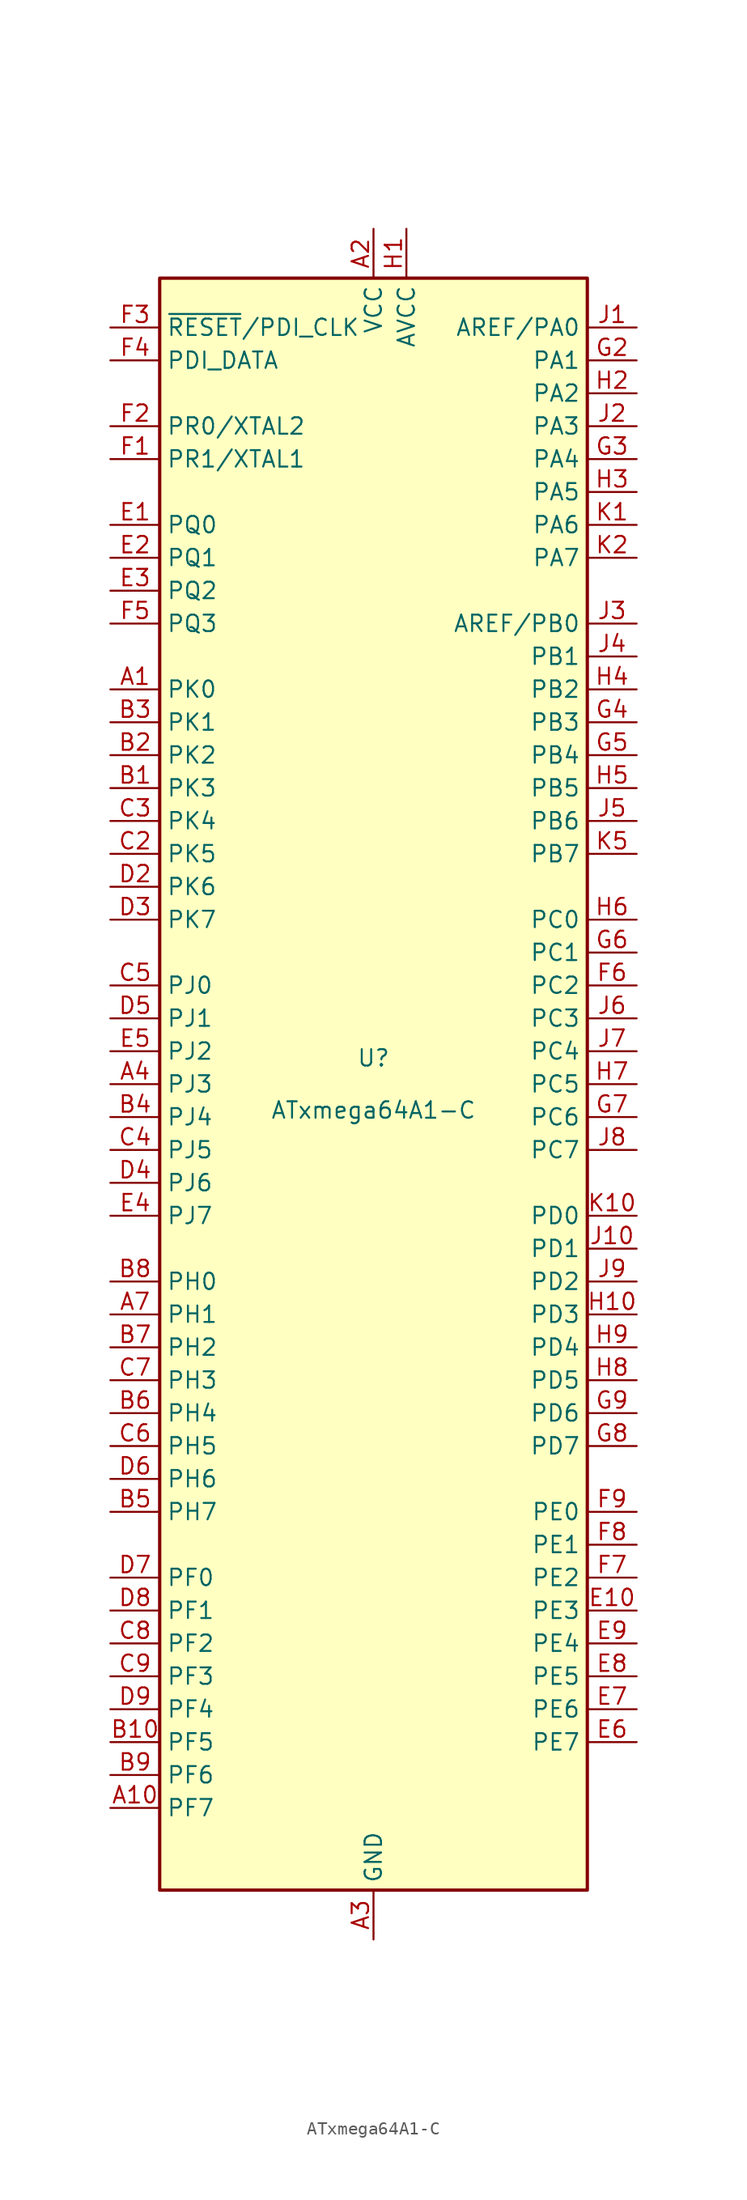
<source format=kicad_sym>
(kicad_symbol_lib
  (version 20211014)
  (generator kicad_symbol_editor)
  (symbol "ATxmega64A1-C"
    (property "Reference" "U"
      (at 0 1.27 0)
      (effects (font (size 1.27 1.27)) (justify bottom)))
    (property "Value" "ATxmega64A1-C"
      (at 0 -1.27 0)
      (effects (font (size 1.27 1.27)) (justify top)))
    (symbol "ATxmega64A1-C_0_1"
      (rectangle (start -16.51 -62.23) (end 16.51 62.23) (stroke (width 0.254) (type default) (color 0 0 0 0)) (fill (type background))))
    (symbol "ATxmega64A1-C_1_1"
      (pin bidirectional line (at -20.32 30.48 0) (length 3.81) (name "PK0" (effects (font (size 1.27 1.27)))) (number "A1" (effects (font (size 1.27 1.27)))))
      (pin bidirectional line (at -20.32 -55.88 0) (length 3.81) (name "PF7" (effects (font (size 1.27 1.27)))) (number "A10" (effects (font (size 1.27 1.27)))))
      (pin power_in line (at 0 66.04 270) (length 3.81) (name "VCC" (effects (font (size 1.27 1.27)))) (number "A2" (effects (font (size 1.27 1.27)))))
      (pin power_in line (at 0 -66.04 90) (length 3.81) (name "GND" (effects (font (size 1.27 1.27)))) (number "A3" (effects (font (size 1.27 1.27)))))
      (pin bidirectional line (at -20.32 0 0) (length 3.81) (name "PJ3" (effects (font (size 1.27 1.27)))) (number "A4" (effects (font (size 1.27 1.27)))))
      (pin passive line (at 0 66.04 270) (length 3.81) hide (name "VCC" (effects (font (size 1.27 1.27)))) (number "A5" (effects (font (size 1.27 1.27)))))
      (pin passive line (at 0 -66.04 90) (length 3.81) hide (name "GND" (effects (font (size 1.27 1.27)))) (number "A6" (effects (font (size 1.27 1.27)))))
      (pin bidirectional line (at -20.32 -17.78 0) (length 3.81) (name "PH1" (effects (font (size 1.27 1.27)))) (number "A7" (effects (font (size 1.27 1.27)))))
      (pin passive line (at 0 -66.04 90) (length 3.81) hide (name "GND" (effects (font (size 1.27 1.27)))) (number "A8" (effects (font (size 1.27 1.27)))))
      (pin passive line (at 0 66.04 270) (length 3.81) hide (name "VCC" (effects (font (size 1.27 1.27)))) (number "A9" (effects (font (size 1.27 1.27)))))
      (pin bidirectional line (at -20.32 22.86 0) (length 3.81) (name "PK3" (effects (font (size 1.27 1.27)))) (number "B1" (effects (font (size 1.27 1.27)))))
      (pin bidirectional line (at -20.32 -50.8 0) (length 3.81) (name "PF5" (effects (font (size 1.27 1.27)))) (number "B10" (effects (font (size 1.27 1.27)))))
      (pin bidirectional line (at -20.32 25.4 0) (length 3.81) (name "PK2" (effects (font (size 1.27 1.27)))) (number "B2" (effects (font (size 1.27 1.27)))))
      (pin bidirectional line (at -20.32 27.94 0) (length 3.81) (name "PK1" (effects (font (size 1.27 1.27)))) (number "B3" (effects (font (size 1.27 1.27)))))
      (pin bidirectional line (at -20.32 -2.54 0) (length 3.81) (name "PJ4" (effects (font (size 1.27 1.27)))) (number "B4" (effects (font (size 1.27 1.27)))))
      (pin bidirectional line (at -20.32 -33.02 0) (length 3.81) (name "PH7" (effects (font (size 1.27 1.27)))) (number "B5" (effects (font (size 1.27 1.27)))))
      (pin bidirectional line (at -20.32 -25.4 0) (length 3.81) (name "PH4" (effects (font (size 1.27 1.27)))) (number "B6" (effects (font (size 1.27 1.27)))))
      (pin bidirectional line (at -20.32 -20.32 0) (length 3.81) (name "PH2" (effects (font (size 1.27 1.27)))) (number "B7" (effects (font (size 1.27 1.27)))))
      (pin bidirectional line (at -20.32 -15.24 0) (length 3.81) (name "PH0" (effects (font (size 1.27 1.27)))) (number "B8" (effects (font (size 1.27 1.27)))))
      (pin bidirectional line (at -20.32 -53.34 0) (length 3.81) (name "PF6" (effects (font (size 1.27 1.27)))) (number "B9" (effects (font (size 1.27 1.27)))))
      (pin passive line (at 0 66.04 270) (length 3.81) hide (name "VCC" (effects (font (size 1.27 1.27)))) (number "C1" (effects (font (size 1.27 1.27)))))
      (pin passive line (at 0 66.04 270) (length 3.81) hide (name "VCC" (effects (font (size 1.27 1.27)))) (number "C10" (effects (font (size 1.27 1.27)))))
      (pin bidirectional line (at -20.32 17.78 0) (length 3.81) (name "PK5" (effects (font (size 1.27 1.27)))) (number "C2" (effects (font (size 1.27 1.27)))))
      (pin bidirectional line (at -20.32 20.32 0) (length 3.81) (name "PK4" (effects (font (size 1.27 1.27)))) (number "C3" (effects (font (size 1.27 1.27)))))
      (pin bidirectional line (at -20.32 -5.08 0) (length 3.81) (name "PJ5" (effects (font (size 1.27 1.27)))) (number "C4" (effects (font (size 1.27 1.27)))))
      (pin bidirectional line (at -20.32 7.62 0) (length 3.81) (name "PJ0" (effects (font (size 1.27 1.27)))) (number "C5" (effects (font (size 1.27 1.27)))))
      (pin bidirectional line (at -20.32 -27.94 0) (length 3.81) (name "PH5" (effects (font (size 1.27 1.27)))) (number "C6" (effects (font (size 1.27 1.27)))))
      (pin bidirectional line (at -20.32 -22.86 0) (length 3.81) (name "PH3" (effects (font (size 1.27 1.27)))) (number "C7" (effects (font (size 1.27 1.27)))))
      (pin bidirectional line (at -20.32 -43.18 0) (length 3.81) (name "PF2" (effects (font (size 1.27 1.27)))) (number "C8" (effects (font (size 1.27 1.27)))))
      (pin bidirectional line (at -20.32 -45.72 0) (length 3.81) (name "PF3" (effects (font (size 1.27 1.27)))) (number "C9" (effects (font (size 1.27 1.27)))))
      (pin passive line (at 0 -66.04 90) (length 3.81) hide (name "GND" (effects (font (size 1.27 1.27)))) (number "D1" (effects (font (size 1.27 1.27)))))
      (pin passive line (at 0 -66.04 90) (length 3.81) hide (name "GND" (effects (font (size 1.27 1.27)))) (number "D10" (effects (font (size 1.27 1.27)))))
      (pin bidirectional line (at -20.32 15.24 0) (length 3.81) (name "PK6" (effects (font (size 1.27 1.27)))) (number "D2" (effects (font (size 1.27 1.27)))))
      (pin bidirectional line (at -20.32 12.7 0) (length 3.81) (name "PK7" (effects (font (size 1.27 1.27)))) (number "D3" (effects (font (size 1.27 1.27)))))
      (pin bidirectional line (at -20.32 -7.62 0) (length 3.81) (name "PJ6" (effects (font (size 1.27 1.27)))) (number "D4" (effects (font (size 1.27 1.27)))))
      (pin bidirectional line (at -20.32 5.08 0) (length 3.81) (name "PJ1" (effects (font (size 1.27 1.27)))) (number "D5" (effects (font (size 1.27 1.27)))))
      (pin bidirectional line (at -20.32 -30.48 0) (length 3.81) (name "PH6" (effects (font (size 1.27 1.27)))) (number "D6" (effects (font (size 1.27 1.27)))))
      (pin bidirectional line (at -20.32 -38.1 0) (length 3.81) (name "PF0" (effects (font (size 1.27 1.27)))) (number "D7" (effects (font (size 1.27 1.27)))))
      (pin bidirectional line (at -20.32 -40.64 0) (length 3.81) (name "PF1" (effects (font (size 1.27 1.27)))) (number "D8" (effects (font (size 1.27 1.27)))))
      (pin bidirectional line (at -20.32 -48.26 0) (length 3.81) (name "PF4" (effects (font (size 1.27 1.27)))) (number "D9" (effects (font (size 1.27 1.27)))))
      (pin bidirectional line (at -20.32 43.18 0) (length 3.81) (name "PQ0" (effects (font (size 1.27 1.27)))) (number "E1" (effects (font (size 1.27 1.27)))))
      (pin bidirectional line (at 20.32 -40.64 180) (length 3.81) (name "PE3" (effects (font (size 1.27 1.27)))) (number "E10" (effects (font (size 1.27 1.27)))))
      (pin bidirectional line (at -20.32 40.64 0) (length 3.81) (name "PQ1" (effects (font (size 1.27 1.27)))) (number "E2" (effects (font (size 1.27 1.27)))))
      (pin bidirectional line (at -20.32 38.1 0) (length 3.81) (name "PQ2" (effects (font (size 1.27 1.27)))) (number "E3" (effects (font (size 1.27 1.27)))))
      (pin bidirectional line (at -20.32 -10.16 0) (length 3.81) (name "PJ7" (effects (font (size 1.27 1.27)))) (number "E4" (effects (font (size 1.27 1.27)))))
      (pin bidirectional line (at -20.32 2.54 0) (length 3.81) (name "PJ2" (effects (font (size 1.27 1.27)))) (number "E5" (effects (font (size 1.27 1.27)))))
      (pin bidirectional line (at 20.32 -50.8 180) (length 3.81) (name "PE7" (effects (font (size 1.27 1.27)))) (number "E6" (effects (font (size 1.27 1.27)))))
      (pin bidirectional line (at 20.32 -48.26 180) (length 3.81) (name "PE6" (effects (font (size 1.27 1.27)))) (number "E7" (effects (font (size 1.27 1.27)))))
      (pin bidirectional line (at 20.32 -45.72 180) (length 3.81) (name "PE5" (effects (font (size 1.27 1.27)))) (number "E8" (effects (font (size 1.27 1.27)))))
      (pin bidirectional line (at 20.32 -43.18 180) (length 3.81) (name "PE4" (effects (font (size 1.27 1.27)))) (number "E9" (effects (font (size 1.27 1.27)))))
      (pin bidirectional line (at -20.32 48.26 0) (length 3.81) (name "PR1/XTAL1" (effects (font (size 1.27 1.27)))) (number "F1" (effects (font (size 1.27 1.27)))))
      (pin passive line (at 0 66.04 270) (length 3.81) hide (name "VCC" (effects (font (size 1.27 1.27)))) (number "F10" (effects (font (size 1.27 1.27)))))
      (pin bidirectional line (at -20.32 50.8 0) (length 3.81) (name "PR0/XTAL2" (effects (font (size 1.27 1.27)))) (number "F2" (effects (font (size 1.27 1.27)))))
      (pin input line (at -20.32 58.42 0) (length 3.81) (name "~{RESET}/PDI_CLK" (effects (font (size 1.27 1.27)))) (number "F3" (effects (font (size 1.27 1.27)))))
      (pin bidirectional line (at -20.32 55.88 0) (length 3.81) (name "PDI_DATA" (effects (font (size 1.27 1.27)))) (number "F4" (effects (font (size 1.27 1.27)))))
      (pin bidirectional line (at -20.32 35.56 0) (length 3.81) (name "PQ3" (effects (font (size 1.27 1.27)))) (number "F5" (effects (font (size 1.27 1.27)))))
      (pin bidirectional line (at 20.32 7.62 180) (length 3.81) (name "PC2" (effects (font (size 1.27 1.27)))) (number "F6" (effects (font (size 1.27 1.27)))))
      (pin bidirectional line (at 20.32 -38.1 180) (length 3.81) (name "PE2" (effects (font (size 1.27 1.27)))) (number "F7" (effects (font (size 1.27 1.27)))))
      (pin bidirectional line (at 20.32 -35.56 180) (length 3.81) (name "PE1" (effects (font (size 1.27 1.27)))) (number "F8" (effects (font (size 1.27 1.27)))))
      (pin bidirectional line (at 20.32 -33.02 180) (length 3.81) (name "PE0" (effects (font (size 1.27 1.27)))) (number "F9" (effects (font (size 1.27 1.27)))))
      (pin passive line (at 0 -66.04 90) (length 3.81) hide (name "GND" (effects (font (size 1.27 1.27)))) (number "G1" (effects (font (size 1.27 1.27)))))
      (pin passive line (at 0 -66.04 90) (length 3.81) hide (name "GND" (effects (font (size 1.27 1.27)))) (number "G10" (effects (font (size 1.27 1.27)))))
      (pin bidirectional line (at 20.32 55.88 180) (length 3.81) (name "PA1" (effects (font (size 1.27 1.27)))) (number "G2" (effects (font (size 1.27 1.27)))))
      (pin bidirectional line (at 20.32 48.26 180) (length 3.81) (name "PA4" (effects (font (size 1.27 1.27)))) (number "G3" (effects (font (size 1.27 1.27)))))
      (pin bidirectional line (at 20.32 27.94 180) (length 3.81) (name "PB3" (effects (font (size 1.27 1.27)))) (number "G4" (effects (font (size 1.27 1.27)))))
      (pin bidirectional line (at 20.32 25.4 180) (length 3.81) (name "PB4" (effects (font (size 1.27 1.27)))) (number "G5" (effects (font (size 1.27 1.27)))))
      (pin bidirectional line (at 20.32 10.16 180) (length 3.81) (name "PC1" (effects (font (size 1.27 1.27)))) (number "G6" (effects (font (size 1.27 1.27)))))
      (pin bidirectional line (at 20.32 -2.54 180) (length 3.81) (name "PC6" (effects (font (size 1.27 1.27)))) (number "G7" (effects (font (size 1.27 1.27)))))
      (pin bidirectional line (at 20.32 -27.94 180) (length 3.81) (name "PD7" (effects (font (size 1.27 1.27)))) (number "G8" (effects (font (size 1.27 1.27)))))
      (pin bidirectional line (at 20.32 -25.4 180) (length 3.81) (name "PD6" (effects (font (size 1.27 1.27)))) (number "G9" (effects (font (size 1.27 1.27)))))
      (pin power_in line (at 2.54 66.04 270) (length 3.81) (name "AVCC" (effects (font (size 1.27 1.27)))) (number "H1" (effects (font (size 1.27 1.27)))))
      (pin bidirectional line (at 20.32 -17.78 180) (length 3.81) (name "PD3" (effects (font (size 1.27 1.27)))) (number "H10" (effects (font (size 1.27 1.27)))))
      (pin bidirectional line (at 20.32 53.34 180) (length 3.81) (name "PA2" (effects (font (size 1.27 1.27)))) (number "H2" (effects (font (size 1.27 1.27)))))
      (pin bidirectional line (at 20.32 45.72 180) (length 3.81) (name "PA5" (effects (font (size 1.27 1.27)))) (number "H3" (effects (font (size 1.27 1.27)))))
      (pin bidirectional line (at 20.32 30.48 180) (length 3.81) (name "PB2" (effects (font (size 1.27 1.27)))) (number "H4" (effects (font (size 1.27 1.27)))))
      (pin bidirectional line (at 20.32 22.86 180) (length 3.81) (name "PB5" (effects (font (size 1.27 1.27)))) (number "H5" (effects (font (size 1.27 1.27)))))
      (pin bidirectional line (at 20.32 12.7 180) (length 3.81) (name "PC0" (effects (font (size 1.27 1.27)))) (number "H6" (effects (font (size 1.27 1.27)))))
      (pin bidirectional line (at 20.32 0 180) (length 3.81) (name "PC5" (effects (font (size 1.27 1.27)))) (number "H7" (effects (font (size 1.27 1.27)))))
      (pin bidirectional line (at 20.32 -22.86 180) (length 3.81) (name "PD5" (effects (font (size 1.27 1.27)))) (number "H8" (effects (font (size 1.27 1.27)))))
      (pin bidirectional line (at 20.32 -20.32 180) (length 3.81) (name "PD4" (effects (font (size 1.27 1.27)))) (number "H9" (effects (font (size 1.27 1.27)))))
      (pin bidirectional line (at 20.32 58.42 180) (length 3.81) (name "AREF/PA0" (effects (font (size 1.27 1.27)))) (number "J1" (effects (font (size 1.27 1.27)))))
      (pin bidirectional line (at 20.32 -12.7 180) (length 3.81) (name "PD1" (effects (font (size 1.27 1.27)))) (number "J10" (effects (font (size 1.27 1.27)))))
      (pin bidirectional line (at 20.32 50.8 180) (length 3.81) (name "PA3" (effects (font (size 1.27 1.27)))) (number "J2" (effects (font (size 1.27 1.27)))))
      (pin bidirectional line (at 20.32 35.56 180) (length 3.81) (name "AREF/PB0" (effects (font (size 1.27 1.27)))) (number "J3" (effects (font (size 1.27 1.27)))))
      (pin bidirectional line (at 20.32 33.02 180) (length 3.81) (name "PB1" (effects (font (size 1.27 1.27)))) (number "J4" (effects (font (size 1.27 1.27)))))
      (pin bidirectional line (at 20.32 20.32 180) (length 3.81) (name "PB6" (effects (font (size 1.27 1.27)))) (number "J5" (effects (font (size 1.27 1.27)))))
      (pin bidirectional line (at 20.32 5.08 180) (length 3.81) (name "PC3" (effects (font (size 1.27 1.27)))) (number "J6" (effects (font (size 1.27 1.27)))))
      (pin bidirectional line (at 20.32 2.54 180) (length 3.81) (name "PC4" (effects (font (size 1.27 1.27)))) (number "J7" (effects (font (size 1.27 1.27)))))
      (pin bidirectional line (at 20.32 -5.08 180) (length 3.81) (name "PC7" (effects (font (size 1.27 1.27)))) (number "J8" (effects (font (size 1.27 1.27)))))
      (pin bidirectional line (at 20.32 -15.24 180) (length 3.81) (name "PD2" (effects (font (size 1.27 1.27)))) (number "J9" (effects (font (size 1.27 1.27)))))
      (pin bidirectional line (at 20.32 43.18 180) (length 3.81) (name "PA6" (effects (font (size 1.27 1.27)))) (number "K1" (effects (font (size 1.27 1.27)))))
      (pin bidirectional line (at 20.32 -10.16 180) (length 3.81) (name "PD0" (effects (font (size 1.27 1.27)))) (number "K10" (effects (font (size 1.27 1.27)))))
      (pin bidirectional line (at 20.32 40.64 180) (length 3.81) (name "PA7" (effects (font (size 1.27 1.27)))) (number "K2" (effects (font (size 1.27 1.27)))))
      (pin passive line (at 0 -66.04 90) (length 3.81) hide (name "GND" (effects (font (size 1.27 1.27)))) (number "K3" (effects (font (size 1.27 1.27)))))
      (pin passive line (at 2.54 66.04 270) (length 3.81) hide (name "AVCC" (effects (font (size 1.27 1.27)))) (number "K4" (effects (font (size 1.27 1.27)))))
      (pin bidirectional line (at 20.32 17.78 180) (length 3.81) (name "PB7" (effects (font (size 1.27 1.27)))) (number "K5" (effects (font (size 1.27 1.27)))))
      (pin passive line (at 0 66.04 270) (length 3.81) hide (name "VCC" (effects (font (size 1.27 1.27)))) (number "K6" (effects (font (size 1.27 1.27)))))
      (pin passive line (at 0 -66.04 90) (length 3.81) hide (name "GND" (effects (font (size 1.27 1.27)))) (number "K7" (effects (font (size 1.27 1.27)))))
      (pin passive line (at 0 66.04 270) (length 3.81) hide (name "VCC" (effects (font (size 1.27 1.27)))) (number "K8" (effects (font (size 1.27 1.27)))))
      (pin passive line (at 0 -66.04 90) (length 3.81) hide (name "GND" (effects (font (size 1.27 1.27)))) (number "K9" (effects (font (size 1.27 1.27))))))))
</source>
